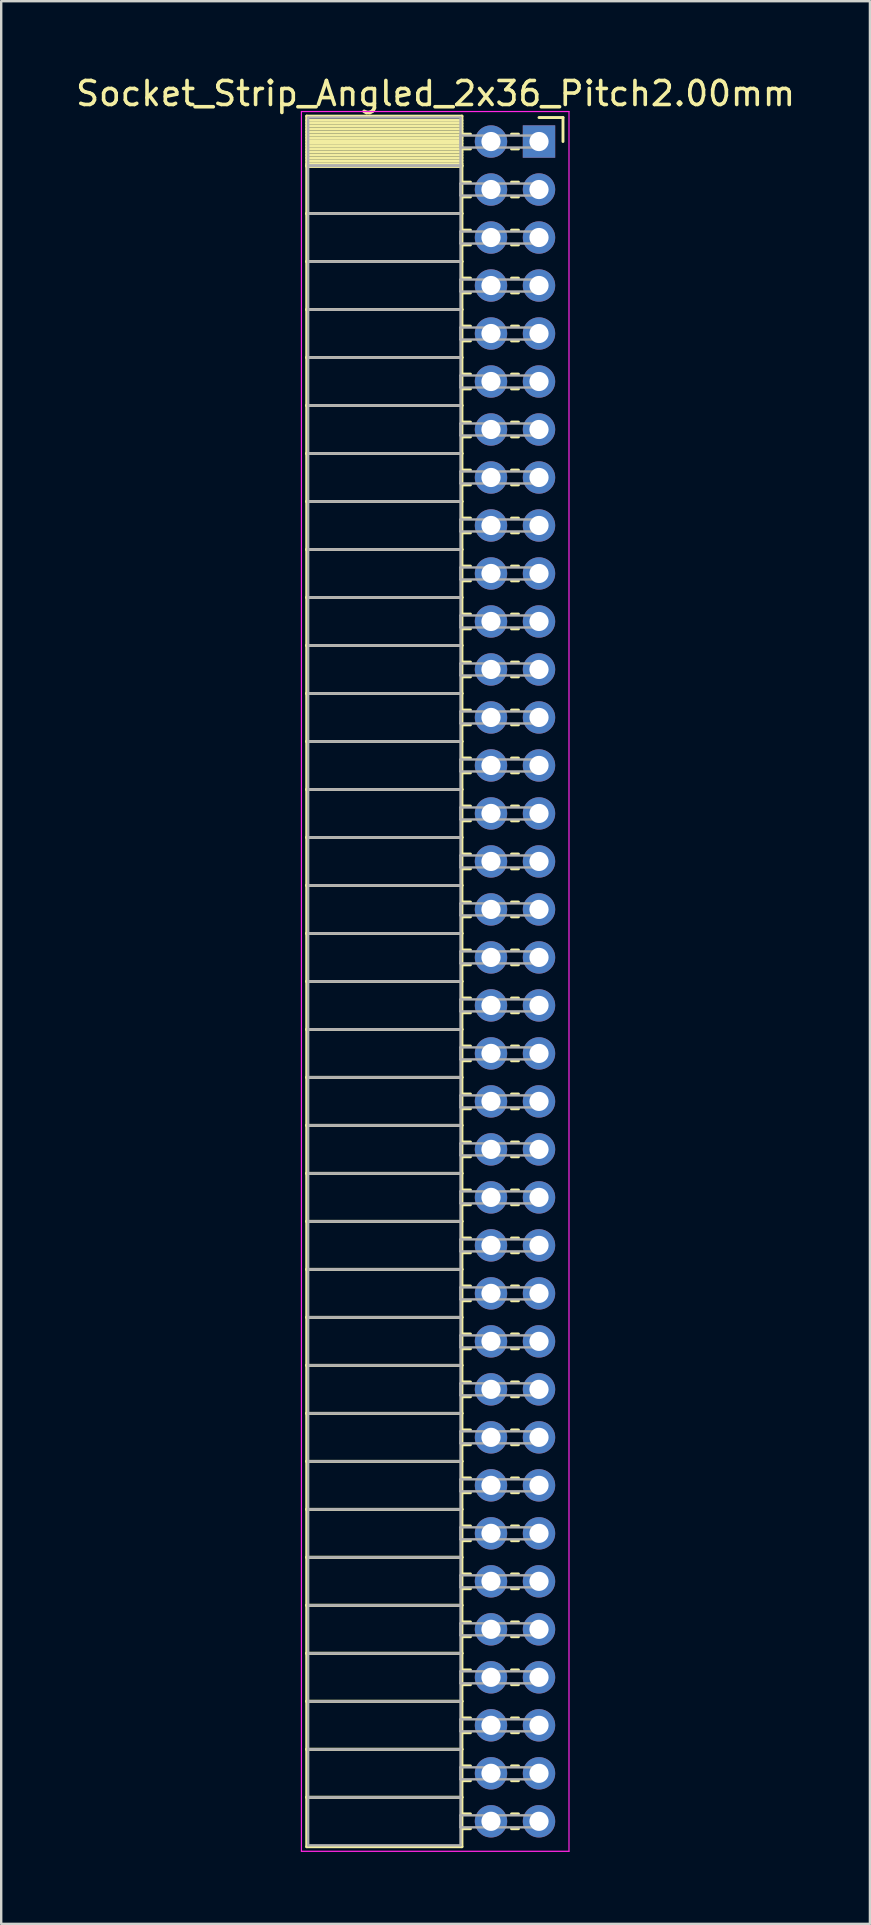
<source format=kicad_pcb>
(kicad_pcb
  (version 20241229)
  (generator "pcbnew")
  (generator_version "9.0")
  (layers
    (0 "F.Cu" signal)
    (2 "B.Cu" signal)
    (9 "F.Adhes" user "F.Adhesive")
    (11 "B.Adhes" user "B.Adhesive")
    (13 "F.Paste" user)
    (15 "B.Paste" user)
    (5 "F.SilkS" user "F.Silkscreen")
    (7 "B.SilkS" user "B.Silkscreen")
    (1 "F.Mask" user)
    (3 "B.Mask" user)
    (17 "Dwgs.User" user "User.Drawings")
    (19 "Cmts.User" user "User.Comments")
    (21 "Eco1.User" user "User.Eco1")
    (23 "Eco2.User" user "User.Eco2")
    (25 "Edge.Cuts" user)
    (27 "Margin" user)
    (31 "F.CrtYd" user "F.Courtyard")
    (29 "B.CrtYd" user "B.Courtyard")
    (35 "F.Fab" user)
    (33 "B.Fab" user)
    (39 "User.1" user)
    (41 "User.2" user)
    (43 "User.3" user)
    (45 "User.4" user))
  (footprint "Socket_Strip_Angled_2x36_Pitch2.00mm"
    (layer "F.Cu")
    (at 19.411 2.848)
    (property "Reference" "Socket_Strip_Angled_2x36_Pitch2.00mm" (at -4.31 -2 0) (layer "F.SilkS") (effects (font (size 1 1) (thickness 0.15))))
    (attr through_hole)
    (fp_line (start -9.68 -1.06) (end -3.21 -1.06) (stroke (width 0.12) (type solid)) (layer "F.SilkS"))
    (fp_line (start -9.68 1) (end -9.68 -1.06) (stroke (width 0.12) (type solid)) (layer "F.SilkS"))
    (fp_line (start -9.68 1) (end -3.21 1) (stroke (width 0.12) (type solid)) (layer "F.SilkS"))
    (fp_line (start -9.68 3) (end -9.68 1) (stroke (width 0.12) (type solid)) (layer "F.SilkS"))
    (fp_line (start -9.68 3) (end -3.21 3) (stroke (width 0.12) (type solid)) (layer "F.SilkS"))
    (fp_line (start -9.68 5) (end -9.68 3) (stroke (width 0.12) (type solid)) (layer "F.SilkS"))
    (fp_line (start -9.68 5) (end -3.21 5) (stroke (width 0.12) (type solid)) (layer "F.SilkS"))
    (fp_line (start -9.68 7) (end -9.68 5) (stroke (width 0.12) (type solid)) (layer "F.SilkS"))
    (fp_line (start -9.68 7) (end -3.21 7) (stroke (width 0.12) (type solid)) (layer "F.SilkS"))
    (fp_line (start -9.68 9) (end -9.68 7) (stroke (width 0.12) (type solid)) (layer "F.SilkS"))
    (fp_line (start -9.68 9) (end -3.21 9) (stroke (width 0.12) (type solid)) (layer "F.SilkS"))
    (fp_line (start -9.68 11) (end -9.68 9) (stroke (width 0.12) (type solid)) (layer "F.SilkS"))
    (fp_line (start -9.68 11) (end -3.21 11) (stroke (width 0.12) (type solid)) (layer "F.SilkS"))
    (fp_line (start -9.68 13) (end -9.68 11) (stroke (width 0.12) (type solid)) (layer "F.SilkS"))
    (fp_line (start -9.68 13) (end -3.21 13) (stroke (width 0.12) (type solid)) (layer "F.SilkS"))
    (fp_line (start -9.68 15) (end -9.68 13) (stroke (width 0.12) (type solid)) (layer "F.SilkS"))
    (fp_line (start -9.68 15) (end -3.21 15) (stroke (width 0.12) (type solid)) (layer "F.SilkS"))
    (fp_line (start -9.68 17) (end -9.68 15) (stroke (width 0.12) (type solid)) (layer "F.SilkS"))
    (fp_line (start -9.68 17) (end -3.21 17) (stroke (width 0.12) (type solid)) (layer "F.SilkS"))
    (fp_line (start -9.68 19) (end -9.68 17) (stroke (width 0.12) (type solid)) (layer "F.SilkS"))
    (fp_line (start -9.68 19) (end -3.21 19) (stroke (width 0.12) (type solid)) (layer "F.SilkS"))
    (fp_line (start -9.68 21) (end -9.68 19) (stroke (width 0.12) (type solid)) (layer "F.SilkS"))
    (fp_line (start -9.68 21) (end -3.21 21) (stroke (width 0.12) (type solid)) (layer "F.SilkS"))
    (fp_line (start -9.68 23) (end -9.68 21) (stroke (width 0.12) (type solid)) (layer "F.SilkS"))
    (fp_line (start -9.68 23) (end -3.21 23) (stroke (width 0.12) (type solid)) (layer "F.SilkS"))
    (fp_line (start -9.68 25) (end -9.68 23) (stroke (width 0.12) (type solid)) (layer "F.SilkS"))
    (fp_line (start -9.68 25) (end -3.21 25) (stroke (width 0.12) (type solid)) (layer "F.SilkS"))
    (fp_line (start -9.68 27) (end -9.68 25) (stroke (width 0.12) (type solid)) (layer "F.SilkS"))
    (fp_line (start -9.68 27) (end -3.21 27) (stroke (width 0.12) (type solid)) (layer "F.SilkS"))
    (fp_line (start -9.68 29) (end -9.68 27) (stroke (width 0.12) (type solid)) (layer "F.SilkS"))
    (fp_line (start -9.68 29) (end -3.21 29) (stroke (width 0.12) (type solid)) (layer "F.SilkS"))
    (fp_line (start -9.68 31) (end -9.68 29) (stroke (width 0.12) (type solid)) (layer "F.SilkS"))
    (fp_line (start -9.68 31) (end -3.21 31) (stroke (width 0.12) (type solid)) (layer "F.SilkS"))
    (fp_line (start -9.68 33) (end -9.68 31) (stroke (width 0.12) (type solid)) (layer "F.SilkS"))
    (fp_line (start -9.68 33) (end -3.21 33) (stroke (width 0.12) (type solid)) (layer "F.SilkS"))
    (fp_line (start -9.68 35) (end -9.68 33) (stroke (width 0.12) (type solid)) (layer "F.SilkS"))
    (fp_line (start -9.68 35) (end -3.21 35) (stroke (width 0.12) (type solid)) (layer "F.SilkS"))
    (fp_line (start -9.68 37) (end -9.68 35) (stroke (width 0.12) (type solid)) (layer "F.SilkS"))
    (fp_line (start -9.68 37) (end -3.21 37) (stroke (width 0.12) (type solid)) (layer "F.SilkS"))
    (fp_line (start -9.68 39) (end -9.68 37) (stroke (width 0.12) (type solid)) (layer "F.SilkS"))
    (fp_line (start -9.68 39) (end -3.21 39) (stroke (width 0.12) (type solid)) (layer "F.SilkS"))
    (fp_line (start -9.68 41) (end -9.68 39) (stroke (width 0.12) (type solid)) (layer "F.SilkS"))
    (fp_line (start -9.68 41) (end -3.21 41) (stroke (width 0.12) (type solid)) (layer "F.SilkS"))
    (fp_line (start -9.68 43) (end -9.68 41) (stroke (width 0.12) (type solid)) (layer "F.SilkS"))
    (fp_line (start -9.68 43) (end -3.21 43) (stroke (width 0.12) (type solid)) (layer "F.SilkS"))
    (fp_line (start -9.68 45) (end -9.68 43) (stroke (width 0.12) (type solid)) (layer "F.SilkS"))
    (fp_line (start -9.68 45) (end -3.21 45) (stroke (width 0.12) (type solid)) (layer "F.SilkS"))
    (fp_line (start -9.68 47) (end -9.68 45) (stroke (width 0.12) (type solid)) (layer "F.SilkS"))
    (fp_line (start -9.68 47) (end -3.21 47) (stroke (width 0.12) (type solid)) (layer "F.SilkS"))
    (fp_line (start -9.68 49) (end -9.68 47) (stroke (width 0.12) (type solid)) (layer "F.SilkS"))
    (fp_line (start -9.68 49) (end -3.21 49) (stroke (width 0.12) (type solid)) (layer "F.SilkS"))
    (fp_line (start -9.68 51) (end -9.68 49) (stroke (width 0.12) (type solid)) (layer "F.SilkS"))
    (fp_line (start -9.68 51) (end -3.21 51) (stroke (width 0.12) (type solid)) (layer "F.SilkS"))
    (fp_line (start -9.68 53) (end -9.68 51) (stroke (width 0.12) (type solid)) (layer "F.SilkS"))
    (fp_line (start -9.68 53) (end -3.21 53) (stroke (width 0.12) (type solid)) (layer "F.SilkS"))
    (fp_line (start -9.68 55) (end -9.68 53) (stroke (width 0.12) (type solid)) (layer "F.SilkS"))
    (fp_line (start -9.68 55) (end -3.21 55) (stroke (width 0.12) (type solid)) (layer "F.SilkS"))
    (fp_line (start -9.68 57) (end -9.68 55) (stroke (width 0.12) (type solid)) (layer "F.SilkS"))
    (fp_line (start -9.68 57) (end -3.21 57) (stroke (width 0.12) (type solid)) (layer "F.SilkS"))
    (fp_line (start -9.68 59) (end -9.68 57) (stroke (width 0.12) (type solid)) (layer "F.SilkS"))
    (fp_line (start -9.68 59) (end -3.21 59) (stroke (width 0.12) (type solid)) (layer "F.SilkS"))
    (fp_line (start -9.68 61) (end -9.68 59) (stroke (width 0.12) (type solid)) (layer "F.SilkS"))
    (fp_line (start -9.68 61) (end -3.21 61) (stroke (width 0.12) (type solid)) (layer "F.SilkS"))
    (fp_line (start -9.68 63) (end -9.68 61) (stroke (width 0.12) (type solid)) (layer "F.SilkS"))
    (fp_line (start -9.68 63) (end -3.21 63) (stroke (width 0.12) (type solid)) (layer "F.SilkS"))
    (fp_line (start -9.68 65) (end -9.68 63) (stroke (width 0.12) (type solid)) (layer "F.SilkS"))
    (fp_line (start -9.68 65) (end -3.21 65) (stroke (width 0.12) (type solid)) (layer "F.SilkS"))
    (fp_line (start -9.68 67) (end -9.68 65) (stroke (width 0.12) (type solid)) (layer "F.SilkS"))
    (fp_line (start -9.68 67) (end -3.21 67) (stroke (width 0.12) (type solid)) (layer "F.SilkS"))
    (fp_line (start -9.68 69) (end -9.68 67) (stroke (width 0.12) (type solid)) (layer "F.SilkS"))
    (fp_line (start -9.68 69) (end -3.21 69) (stroke (width 0.12) (type solid)) (layer "F.SilkS"))
    (fp_line (start -9.68 71.06) (end -9.68 69) (stroke (width 0.12) (type solid)) (layer "F.SilkS"))
    (fp_line (start -3.21 -1.06) (end -3.21 1) (stroke (width 0.12) (type solid)) (layer "F.SilkS"))
    (fp_line (start -3.21 -0.88) (end -9.68 -0.88) (stroke (width 0.12) (type solid)) (layer "F.SilkS"))
    (fp_line (start -3.21 -0.76) (end -9.68 -0.76) (stroke (width 0.12) (type solid)) (layer "F.SilkS"))
    (fp_line (start -3.21 -0.64) (end -9.68 -0.64) (stroke (width 0.12) (type solid)) (layer "F.SilkS"))
    (fp_line (start -3.21 -0.52) (end -9.68 -0.52) (stroke (width 0.12) (type solid)) (layer "F.SilkS"))
    (fp_line (start -3.21 -0.4) (end -9.68 -0.4) (stroke (width 0.12) (type solid)) (layer "F.SilkS"))
    (fp_line (start -3.21 -0.28) (end -9.68 -0.28) (stroke (width 0.12) (type solid)) (layer "F.SilkS"))
    (fp_line (start -3.21 -0.16) (end -9.68 -0.16) (stroke (width 0.12) (type solid)) (layer "F.SilkS"))
    (fp_line (start -3.21 -0.04) (end -9.68 -0.04) (stroke (width 0.12) (type solid)) (layer "F.SilkS"))
    (fp_line (start -3.21 0.08) (end -9.68 0.08) (stroke (width 0.12) (type solid)) (layer "F.SilkS"))
    (fp_line (start -3.21 0.2) (end -9.68 0.2) (stroke (width 0.12) (type solid)) (layer "F.SilkS"))
    (fp_line (start -3.21 0.32) (end -9.68 0.32) (stroke (width 0.12) (type solid)) (layer "F.SilkS"))
    (fp_line (start -3.21 0.44) (end -9.68 0.44) (stroke (width 0.12) (type solid)) (layer "F.SilkS"))
    (fp_line (start -3.21 0.56) (end -9.68 0.56) (stroke (width 0.12) (type solid)) (layer "F.SilkS"))
    (fp_line (start -3.21 0.68) (end -9.68 0.68) (stroke (width 0.12) (type solid)) (layer "F.SilkS"))
    (fp_line (start -3.21 0.8) (end -9.68 0.8) (stroke (width 0.12) (type solid)) (layer "F.SilkS"))
    (fp_line (start -3.21 0.92) (end -9.68 0.92) (stroke (width 0.12) (type solid)) (layer "F.SilkS"))
    (fp_line (start -3.21 1) (end -9.68 1) (stroke (width 0.12) (type solid)) (layer "F.SilkS"))
    (fp_line (start -3.21 1) (end -3.21 3) (stroke (width 0.12) (type solid)) (layer "F.SilkS"))
    (fp_line (start -3.21 1.04) (end -9.68 1.04) (stroke (width 0.12) (type solid)) (layer "F.SilkS"))
    (fp_line (start -3.21 3) (end -9.68 3) (stroke (width 0.12) (type solid)) (layer "F.SilkS"))
    (fp_line (start -3.21 3) (end -3.21 5) (stroke (width 0.12) (type solid)) (layer "F.SilkS"))
    (fp_line (start -3.21 5) (end -9.68 5) (stroke (width 0.12) (type solid)) (layer "F.SilkS"))
    (fp_line (start -3.21 5) (end -3.21 7) (stroke (width 0.12) (type solid)) (layer "F.SilkS"))
    (fp_line (start -3.21 7) (end -9.68 7) (stroke (width 0.12) (type solid)) (layer "F.SilkS"))
    (fp_line (start -3.21 7) (end -3.21 9) (stroke (width 0.12) (type solid)) (layer "F.SilkS"))
    (fp_line (start -3.21 9) (end -9.68 9) (stroke (width 0.12) (type solid)) (layer "F.SilkS"))
    (fp_line (start -3.21 9) (end -3.21 11) (stroke (width 0.12) (type solid)) (layer "F.SilkS"))
    (fp_line (start -3.21 11) (end -9.68 11) (stroke (width 0.12) (type solid)) (layer "F.SilkS"))
    (fp_line (start -3.21 11) (end -3.21 13) (stroke (width 0.12) (type solid)) (layer "F.SilkS"))
    (fp_line (start -3.21 13) (end -9.68 13) (stroke (width 0.12) (type solid)) (layer "F.SilkS"))
    (fp_line (start -3.21 13) (end -3.21 15) (stroke (width 0.12) (type solid)) (layer "F.SilkS"))
    (fp_line (start -3.21 15) (end -9.68 15) (stroke (width 0.12) (type solid)) (layer "F.SilkS"))
    (fp_line (start -3.21 15) (end -3.21 17) (stroke (width 0.12) (type solid)) (layer "F.SilkS"))
    (fp_line (start -3.21 17) (end -9.68 17) (stroke (width 0.12) (type solid)) (layer "F.SilkS"))
    (fp_line (start -3.21 17) (end -3.21 19) (stroke (width 0.12) (type solid)) (layer "F.SilkS"))
    (fp_line (start -3.21 19) (end -9.68 19) (stroke (width 0.12) (type solid)) (layer "F.SilkS"))
    (fp_line (start -3.21 19) (end -3.21 21) (stroke (width 0.12) (type solid)) (layer "F.SilkS"))
    (fp_line (start -3.21 21) (end -9.68 21) (stroke (width 0.12) (type solid)) (layer "F.SilkS"))
    (fp_line (start -3.21 21) (end -3.21 23) (stroke (width 0.12) (type solid)) (layer "F.SilkS"))
    (fp_line (start -3.21 23) (end -9.68 23) (stroke (width 0.12) (type solid)) (layer "F.SilkS"))
    (fp_line (start -3.21 23) (end -3.21 25) (stroke (width 0.12) (type solid)) (layer "F.SilkS"))
    (fp_line (start -3.21 25) (end -9.68 25) (stroke (width 0.12) (type solid)) (layer "F.SilkS"))
    (fp_line (start -3.21 25) (end -3.21 27) (stroke (width 0.12) (type solid)) (layer "F.SilkS"))
    (fp_line (start -3.21 27) (end -9.68 27) (stroke (width 0.12) (type solid)) (layer "F.SilkS"))
    (fp_line (start -3.21 27) (end -3.21 29) (stroke (width 0.12) (type solid)) (layer "F.SilkS"))
    (fp_line (start -3.21 29) (end -9.68 29) (stroke (width 0.12) (type solid)) (layer "F.SilkS"))
    (fp_line (start -3.21 29) (end -3.21 31) (stroke (width 0.12) (type solid)) (layer "F.SilkS"))
    (fp_line (start -3.21 31) (end -9.68 31) (stroke (width 0.12) (type solid)) (layer "F.SilkS"))
    (fp_line (start -3.21 31) (end -3.21 33) (stroke (width 0.12) (type solid)) (layer "F.SilkS"))
    (fp_line (start -3.21 33) (end -9.68 33) (stroke (width 0.12) (type solid)) (layer "F.SilkS"))
    (fp_line (start -3.21 33) (end -3.21 35) (stroke (width 0.12) (type solid)) (layer "F.SilkS"))
    (fp_line (start -3.21 35) (end -9.68 35) (stroke (width 0.12) (type solid)) (layer "F.SilkS"))
    (fp_line (start -3.21 35) (end -3.21 37) (stroke (width 0.12) (type solid)) (layer "F.SilkS"))
    (fp_line (start -3.21 37) (end -9.68 37) (stroke (width 0.12) (type solid)) (layer "F.SilkS"))
    (fp_line (start -3.21 37) (end -3.21 39) (stroke (width 0.12) (type solid)) (layer "F.SilkS"))
    (fp_line (start -3.21 39) (end -9.68 39) (stroke (width 0.12) (type solid)) (layer "F.SilkS"))
    (fp_line (start -3.21 39) (end -3.21 41) (stroke (width 0.12) (type solid)) (layer "F.SilkS"))
    (fp_line (start -3.21 41) (end -9.68 41) (stroke (width 0.12) (type solid)) (layer "F.SilkS"))
    (fp_line (start -3.21 41) (end -3.21 43) (stroke (width 0.12) (type solid)) (layer "F.SilkS"))
    (fp_line (start -3.21 43) (end -9.68 43) (stroke (width 0.12) (type solid)) (layer "F.SilkS"))
    (fp_line (start -3.21 43) (end -3.21 45) (stroke (width 0.12) (type solid)) (layer "F.SilkS"))
    (fp_line (start -3.21 45) (end -9.68 45) (stroke (width 0.12) (type solid)) (layer "F.SilkS"))
    (fp_line (start -3.21 45) (end -3.21 47) (stroke (width 0.12) (type solid)) (layer "F.SilkS"))
    (fp_line (start -3.21 47) (end -9.68 47) (stroke (width 0.12) (type solid)) (layer "F.SilkS"))
    (fp_line (start -3.21 47) (end -3.21 49) (stroke (width 0.12) (type solid)) (layer "F.SilkS"))
    (fp_line (start -3.21 49) (end -9.68 49) (stroke (width 0.12) (type solid)) (layer "F.SilkS"))
    (fp_line (start -3.21 49) (end -3.21 51) (stroke (width 0.12) (type solid)) (layer "F.SilkS"))
    (fp_line (start -3.21 51) (end -9.68 51) (stroke (width 0.12) (type solid)) (layer "F.SilkS"))
    (fp_line (start -3.21 51) (end -3.21 53) (stroke (width 0.12) (type solid)) (layer "F.SilkS"))
    (fp_line (start -3.21 53) (end -9.68 53) (stroke (width 0.12) (type solid)) (layer "F.SilkS"))
    (fp_line (start -3.21 53) (end -3.21 55) (stroke (width 0.12) (type solid)) (layer "F.SilkS"))
    (fp_line (start -3.21 55) (end -9.68 55) (stroke (width 0.12) (type solid)) (layer "F.SilkS"))
    (fp_line (start -3.21 55) (end -3.21 57) (stroke (width 0.12) (type solid)) (layer "F.SilkS"))
    (fp_line (start -3.21 57) (end -9.68 57) (stroke (width 0.12) (type solid)) (layer "F.SilkS"))
    (fp_line (start -3.21 57) (end -3.21 59) (stroke (width 0.12) (type solid)) (layer "F.SilkS"))
    (fp_line (start -3.21 59) (end -9.68 59) (stroke (width 0.12) (type solid)) (layer "F.SilkS"))
    (fp_line (start -3.21 59) (end -3.21 61) (stroke (width 0.12) (type solid)) (layer "F.SilkS"))
    (fp_line (start -3.21 61) (end -9.68 61) (stroke (width 0.12) (type solid)) (layer "F.SilkS"))
    (fp_line (start -3.21 61) (end -3.21 63) (stroke (width 0.12) (type solid)) (layer "F.SilkS"))
    (fp_line (start -3.21 63) (end -9.68 63) (stroke (width 0.12) (type solid)) (layer "F.SilkS"))
    (fp_line (start -3.21 63) (end -3.21 65) (stroke (width 0.12) (type solid)) (layer "F.SilkS"))
    (fp_line (start -3.21 65) (end -9.68 65) (stroke (width 0.12) (type solid)) (layer "F.SilkS"))
    (fp_line (start -3.21 65) (end -3.21 67) (stroke (width 0.12) (type solid)) (layer "F.SilkS"))
    (fp_line (start -3.21 67) (end -9.68 67) (stroke (width 0.12) (type solid)) (layer "F.SilkS"))
    (fp_line (start -3.21 67) (end -3.21 69) (stroke (width 0.12) (type solid)) (layer "F.SilkS"))
    (fp_line (start -3.21 69) (end -9.68 69) (stroke (width 0.12) (type solid)) (layer "F.SilkS"))
    (fp_line (start -3.21 69) (end -3.21 71.06) (stroke (width 0.12) (type solid)) (layer "F.SilkS"))
    (fp_line (start -3.21 71.06) (end -9.68 71.06) (stroke (width 0.12) (type solid)) (layer "F.SilkS"))
    (fp_line (start -2.855 -0.31) (end -3.21 -0.31) (stroke (width 0.12) (type solid)) (layer "F.SilkS"))
    (fp_line (start -2.855 0.31) (end -3.21 0.31) (stroke (width 0.12) (type solid)) (layer "F.SilkS"))
    (fp_line (start -2.855 1.69) (end -3.21 1.69) (stroke (width 0.12) (type solid)) (layer "F.SilkS"))
    (fp_line (start -2.855 2.31) (end -3.21 2.31) (stroke (width 0.12) (type solid)) (layer "F.SilkS"))
    (fp_line (start -2.855 3.69) (end -3.21 3.69) (stroke (width 0.12) (type solid)) (layer "F.SilkS"))
    (fp_line (start -2.855 4.31) (end -3.21 4.31) (stroke (width 0.12) (type solid)) (layer "F.SilkS"))
    (fp_line (start -2.855 5.69) (end -3.21 5.69) (stroke (width 0.12) (type solid)) (layer "F.SilkS"))
    (fp_line (start -2.855 6.31) (end -3.21 6.31) (stroke (width 0.12) (type solid)) (layer "F.SilkS"))
    (fp_line (start -2.855 7.69) (end -3.21 7.69) (stroke (width 0.12) (type solid)) (layer "F.SilkS"))
    (fp_line (start -2.855 8.31) (end -3.21 8.31) (stroke (width 0.12) (type solid)) (layer "F.SilkS"))
    (fp_line (start -2.855 9.69) (end -3.21 9.69) (stroke (width 0.12) (type solid)) (layer "F.SilkS"))
    (fp_line (start -2.855 10.31) (end -3.21 10.31) (stroke (width 0.12) (type solid)) (layer "F.SilkS"))
    (fp_line (start -2.855 11.69) (end -3.21 11.69) (stroke (width 0.12) (type solid)) (layer "F.SilkS"))
    (fp_line (start -2.855 12.31) (end -3.21 12.31) (stroke (width 0.12) (type solid)) (layer "F.SilkS"))
    (fp_line (start -2.855 13.69) (end -3.21 13.69) (stroke (width 0.12) (type solid)) (layer "F.SilkS"))
    (fp_line (start -2.855 14.31) (end -3.21 14.31) (stroke (width 0.12) (type solid)) (layer "F.SilkS"))
    (fp_line (start -2.855 15.69) (end -3.21 15.69) (stroke (width 0.12) (type solid)) (layer "F.SilkS"))
    (fp_line (start -2.855 16.31) (end -3.21 16.31) (stroke (width 0.12) (type solid)) (layer "F.SilkS"))
    (fp_line (start -2.855 17.69) (end -3.21 17.69) (stroke (width 0.12) (type solid)) (layer "F.SilkS"))
    (fp_line (start -2.855 18.31) (end -3.21 18.31) (stroke (width 0.12) (type solid)) (layer "F.SilkS"))
    (fp_line (start -2.855 19.69) (end -3.21 19.69) (stroke (width 0.12) (type solid)) (layer "F.SilkS"))
    (fp_line (start -2.855 20.31) (end -3.21 20.31) (stroke (width 0.12) (type solid)) (layer "F.SilkS"))
    (fp_line (start -2.855 21.69) (end -3.21 21.69) (stroke (width 0.12) (type solid)) (layer "F.SilkS"))
    (fp_line (start -2.855 22.31) (end -3.21 22.31) (stroke (width 0.12) (type solid)) (layer "F.SilkS"))
    (fp_line (start -2.855 23.69) (end -3.21 23.69) (stroke (width 0.12) (type solid)) (layer "F.SilkS"))
    (fp_line (start -2.855 24.31) (end -3.21 24.31) (stroke (width 0.12) (type solid)) (layer "F.SilkS"))
    (fp_line (start -2.855 25.69) (end -3.21 25.69) (stroke (width 0.12) (type solid)) (layer "F.SilkS"))
    (fp_line (start -2.855 26.31) (end -3.21 26.31) (stroke (width 0.12) (type solid)) (layer "F.SilkS"))
    (fp_line (start -2.855 27.69) (end -3.21 27.69) (stroke (width 0.12) (type solid)) (layer "F.SilkS"))
    (fp_line (start -2.855 28.31) (end -3.21 28.31) (stroke (width 0.12) (type solid)) (layer "F.SilkS"))
    (fp_line (start -2.855 29.69) (end -3.21 29.69) (stroke (width 0.12) (type solid)) (layer "F.SilkS"))
    (fp_line (start -2.855 30.31) (end -3.21 30.31) (stroke (width 0.12) (type solid)) (layer "F.SilkS"))
    (fp_line (start -2.855 31.69) (end -3.21 31.69) (stroke (width 0.12) (type solid)) (layer "F.SilkS"))
    (fp_line (start -2.855 32.31) (end -3.21 32.31) (stroke (width 0.12) (type solid)) (layer "F.SilkS"))
    (fp_line (start -2.855 33.69) (end -3.21 33.69) (stroke (width 0.12) (type solid)) (layer "F.SilkS"))
    (fp_line (start -2.855 34.31) (end -3.21 34.31) (stroke (width 0.12) (type solid)) (layer "F.SilkS"))
    (fp_line (start -2.855 35.69) (end -3.21 35.69) (stroke (width 0.12) (type solid)) (layer "F.SilkS"))
    (fp_line (start -2.855 36.31) (end -3.21 36.31) (stroke (width 0.12) (type solid)) (layer "F.SilkS"))
    (fp_line (start -2.855 37.69) (end -3.21 37.69) (stroke (width 0.12) (type solid)) (layer "F.SilkS"))
    (fp_line (start -2.855 38.31) (end -3.21 38.31) (stroke (width 0.12) (type solid)) (layer "F.SilkS"))
    (fp_line (start -2.855 39.69) (end -3.21 39.69) (stroke (width 0.12) (type solid)) (layer "F.SilkS"))
    (fp_line (start -2.855 40.31) (end -3.21 40.31) (stroke (width 0.12) (type solid)) (layer "F.SilkS"))
    (fp_line (start -2.855 41.69) (end -3.21 41.69) (stroke (width 0.12) (type solid)) (layer "F.SilkS"))
    (fp_line (start -2.855 42.31) (end -3.21 42.31) (stroke (width 0.12) (type solid)) (layer "F.SilkS"))
    (fp_line (start -2.855 43.69) (end -3.21 43.69) (stroke (width 0.12) (type solid)) (layer "F.SilkS"))
    (fp_line (start -2.855 44.31) (end -3.21 44.31) (stroke (width 0.12) (type solid)) (layer "F.SilkS"))
    (fp_line (start -2.855 45.69) (end -3.21 45.69) (stroke (width 0.12) (type solid)) (layer "F.SilkS"))
    (fp_line (start -2.855 46.31) (end -3.21 46.31) (stroke (width 0.12) (type solid)) (layer "F.SilkS"))
    (fp_line (start -2.855 47.69) (end -3.21 47.69) (stroke (width 0.12) (type solid)) (layer "F.SilkS"))
    (fp_line (start -2.855 48.31) (end -3.21 48.31) (stroke (width 0.12) (type solid)) (layer "F.SilkS"))
    (fp_line (start -2.855 49.69) (end -3.21 49.69) (stroke (width 0.12) (type solid)) (layer "F.SilkS"))
    (fp_line (start -2.855 50.31) (end -3.21 50.31) (stroke (width 0.12) (type solid)) (layer "F.SilkS"))
    (fp_line (start -2.855 51.69) (end -3.21 51.69) (stroke (width 0.12) (type solid)) (layer "F.SilkS"))
    (fp_line (start -2.855 52.31) (end -3.21 52.31) (stroke (width 0.12) (type solid)) (layer "F.SilkS"))
    (fp_line (start -2.855 53.69) (end -3.21 53.69) (stroke (width 0.12) (type solid)) (layer "F.SilkS"))
    (fp_line (start -2.855 54.31) (end -3.21 54.31) (stroke (width 0.12) (type solid)) (layer "F.SilkS"))
    (fp_line (start -2.855 55.69) (end -3.21 55.69) (stroke (width 0.12) (type solid)) (layer "F.SilkS"))
    (fp_line (start -2.855 56.31) (end -3.21 56.31) (stroke (width 0.12) (type solid)) (layer "F.SilkS"))
    (fp_line (start -2.855 57.69) (end -3.21 57.69) (stroke (width 0.12) (type solid)) (layer "F.SilkS"))
    (fp_line (start -2.855 58.31) (end -3.21 58.31) (stroke (width 0.12) (type solid)) (layer "F.SilkS"))
    (fp_line (start -2.855 59.69) (end -3.21 59.69) (stroke (width 0.12) (type solid)) (layer "F.SilkS"))
    (fp_line (start -2.855 60.31) (end -3.21 60.31) (stroke (width 0.12) (type solid)) (layer "F.SilkS"))
    (fp_line (start -2.855 61.69) (end -3.21 61.69) (stroke (width 0.12) (type solid)) (layer "F.SilkS"))
    (fp_line (start -2.855 62.31) (end -3.21 62.31) (stroke (width 0.12) (type solid)) (layer "F.SilkS"))
    (fp_line (start -2.855 63.69) (end -3.21 63.69) (stroke (width 0.12) (type solid)) (layer "F.SilkS"))
    (fp_line (start -2.855 64.31) (end -3.21 64.31) (stroke (width 0.12) (type solid)) (layer "F.SilkS"))
    (fp_line (start -2.855 65.69) (end -3.21 65.69) (stroke (width 0.12) (type solid)) (layer "F.SilkS"))
    (fp_line (start -2.855 66.31) (end -3.21 66.31) (stroke (width 0.12) (type solid)) (layer "F.SilkS"))
    (fp_line (start -2.855 67.69) (end -3.21 67.69) (stroke (width 0.12) (type solid)) (layer "F.SilkS"))
    (fp_line (start -2.855 68.31) (end -3.21 68.31) (stroke (width 0.12) (type solid)) (layer "F.SilkS"))
    (fp_line (start -2.855 69.69) (end -3.21 69.69) (stroke (width 0.12) (type solid)) (layer "F.SilkS"))
    (fp_line (start -2.855 70.31) (end -3.21 70.31) (stroke (width 0.12) (type solid)) (layer "F.SilkS"))
    (fp_line (start -0.855 -0.31) (end -1.145 -0.31) (stroke (width 0.12) (type solid)) (layer "F.SilkS"))
    (fp_line (start -0.855 0.31) (end -1.145 0.31) (stroke (width 0.12) (type solid)) (layer "F.SilkS"))
    (fp_line (start -0.855 1.69) (end -1.145 1.69) (stroke (width 0.12) (type solid)) (layer "F.SilkS"))
    (fp_line (start -0.855 2.31) (end -1.145 2.31) (stroke (width 0.12) (type solid)) (layer "F.SilkS"))
    (fp_line (start -0.855 3.69) (end -1.145 3.69) (stroke (width 0.12) (type solid)) (layer "F.SilkS"))
    (fp_line (start -0.855 4.31) (end -1.145 4.31) (stroke (width 0.12) (type solid)) (layer "F.SilkS"))
    (fp_line (start -0.855 5.69) (end -1.145 5.69) (stroke (width 0.12) (type solid)) (layer "F.SilkS"))
    (fp_line (start -0.855 6.31) (end -1.145 6.31) (stroke (width 0.12) (type solid)) (layer "F.SilkS"))
    (fp_line (start -0.855 7.69) (end -1.145 7.69) (stroke (width 0.12) (type solid)) (layer "F.SilkS"))
    (fp_line (start -0.855 8.31) (end -1.145 8.31) (stroke (width 0.12) (type solid)) (layer "F.SilkS"))
    (fp_line (start -0.855 9.69) (end -1.145 9.69) (stroke (width 0.12) (type solid)) (layer "F.SilkS"))
    (fp_line (start -0.855 10.31) (end -1.145 10.31) (stroke (width 0.12) (type solid)) (layer "F.SilkS"))
    (fp_line (start -0.855 11.69) (end -1.145 11.69) (stroke (width 0.12) (type solid)) (layer "F.SilkS"))
    (fp_line (start -0.855 12.31) (end -1.145 12.31) (stroke (width 0.12) (type solid)) (layer "F.SilkS"))
    (fp_line (start -0.855 13.69) (end -1.145 13.69) (stroke (width 0.12) (type solid)) (layer "F.SilkS"))
    (fp_line (start -0.855 14.31) (end -1.145 14.31) (stroke (width 0.12) (type solid)) (layer "F.SilkS"))
    (fp_line (start -0.855 15.69) (end -1.145 15.69) (stroke (width 0.12) (type solid)) (layer "F.SilkS"))
    (fp_line (start -0.855 16.31) (end -1.145 16.31) (stroke (width 0.12) (type solid)) (layer "F.SilkS"))
    (fp_line (start -0.855 17.69) (end -1.145 17.69) (stroke (width 0.12) (type solid)) (layer "F.SilkS"))
    (fp_line (start -0.855 18.31) (end -1.145 18.31) (stroke (width 0.12) (type solid)) (layer "F.SilkS"))
    (fp_line (start -0.855 19.69) (end -1.145 19.69) (stroke (width 0.12) (type solid)) (layer "F.SilkS"))
    (fp_line (start -0.855 20.31) (end -1.145 20.31) (stroke (width 0.12) (type solid)) (layer "F.SilkS"))
    (fp_line (start -0.855 21.69) (end -1.145 21.69) (stroke (width 0.12) (type solid)) (layer "F.SilkS"))
    (fp_line (start -0.855 22.31) (end -1.145 22.31) (stroke (width 0.12) (type solid)) (layer "F.SilkS"))
    (fp_line (start -0.855 23.69) (end -1.145 23.69) (stroke (width 0.12) (type solid)) (layer "F.SilkS"))
    (fp_line (start -0.855 24.31) (end -1.145 24.31) (stroke (width 0.12) (type solid)) (layer "F.SilkS"))
    (fp_line (start -0.855 25.69) (end -1.145 25.69) (stroke (width 0.12) (type solid)) (layer "F.SilkS"))
    (fp_line (start -0.855 26.31) (end -1.145 26.31) (stroke (width 0.12) (type solid)) (layer "F.SilkS"))
    (fp_line (start -0.855 27.69) (end -1.145 27.69) (stroke (width 0.12) (type solid)) (layer "F.SilkS"))
    (fp_line (start -0.855 28.31) (end -1.145 28.31) (stroke (width 0.12) (type solid)) (layer "F.SilkS"))
    (fp_line (start -0.855 29.69) (end -1.145 29.69) (stroke (width 0.12) (type solid)) (layer "F.SilkS"))
    (fp_line (start -0.855 30.31) (end -1.145 30.31) (stroke (width 0.12) (type solid)) (layer "F.SilkS"))
    (fp_line (start -0.855 31.69) (end -1.145 31.69) (stroke (width 0.12) (type solid)) (layer "F.SilkS"))
    (fp_line (start -0.855 32.31) (end -1.145 32.31) (stroke (width 0.12) (type solid)) (layer "F.SilkS"))
    (fp_line (start -0.855 33.69) (end -1.145 33.69) (stroke (width 0.12) (type solid)) (layer "F.SilkS"))
    (fp_line (start -0.855 34.31) (end -1.145 34.31) (stroke (width 0.12) (type solid)) (layer "F.SilkS"))
    (fp_line (start -0.855 35.69) (end -1.145 35.69) (stroke (width 0.12) (type solid)) (layer "F.SilkS"))
    (fp_line (start -0.855 36.31) (end -1.145 36.31) (stroke (width 0.12) (type solid)) (layer "F.SilkS"))
    (fp_line (start -0.855 37.69) (end -1.145 37.69) (stroke (width 0.12) (type solid)) (layer "F.SilkS"))
    (fp_line (start -0.855 38.31) (end -1.145 38.31) (stroke (width 0.12) (type solid)) (layer "F.SilkS"))
    (fp_line (start -0.855 39.69) (end -1.145 39.69) (stroke (width 0.12) (type solid)) (layer "F.SilkS"))
    (fp_line (start -0.855 40.31) (end -1.145 40.31) (stroke (width 0.12) (type solid)) (layer "F.SilkS"))
    (fp_line (start -0.855 41.69) (end -1.145 41.69) (stroke (width 0.12) (type solid)) (layer "F.SilkS"))
    (fp_line (start -0.855 42.31) (end -1.145 42.31) (stroke (width 0.12) (type solid)) (layer "F.SilkS"))
    (fp_line (start -0.855 43.69) (end -1.145 43.69) (stroke (width 0.12) (type solid)) (layer "F.SilkS"))
    (fp_line (start -0.855 44.31) (end -1.145 44.31) (stroke (width 0.12) (type solid)) (layer "F.SilkS"))
    (fp_line (start -0.855 45.69) (end -1.145 45.69) (stroke (width 0.12) (type solid)) (layer "F.SilkS"))
    (fp_line (start -0.855 46.31) (end -1.145 46.31) (stroke (width 0.12) (type solid)) (layer "F.SilkS"))
    (fp_line (start -0.855 47.69) (end -1.145 47.69) (stroke (width 0.12) (type solid)) (layer "F.SilkS"))
    (fp_line (start -0.855 48.31) (end -1.145 48.31) (stroke (width 0.12) (type solid)) (layer "F.SilkS"))
    (fp_line (start -0.855 49.69) (end -1.145 49.69) (stroke (width 0.12) (type solid)) (layer "F.SilkS"))
    (fp_line (start -0.855 50.31) (end -1.145 50.31) (stroke (width 0.12) (type solid)) (layer "F.SilkS"))
    (fp_line (start -0.855 51.69) (end -1.145 51.69) (stroke (width 0.12) (type solid)) (layer "F.SilkS"))
    (fp_line (start -0.855 52.31) (end -1.145 52.31) (stroke (width 0.12) (type solid)) (layer "F.SilkS"))
    (fp_line (start -0.855 53.69) (end -1.145 53.69) (stroke (width 0.12) (type solid)) (layer "F.SilkS"))
    (fp_line (start -0.855 54.31) (end -1.145 54.31) (stroke (width 0.12) (type solid)) (layer "F.SilkS"))
    (fp_line (start -0.855 55.69) (end -1.145 55.69) (stroke (width 0.12) (type solid)) (layer "F.SilkS"))
    (fp_line (start -0.855 56.31) (end -1.145 56.31) (stroke (width 0.12) (type solid)) (layer "F.SilkS"))
    (fp_line (start -0.855 57.69) (end -1.145 57.69) (stroke (width 0.12) (type solid)) (layer "F.SilkS"))
    (fp_line (start -0.855 58.31) (end -1.145 58.31) (stroke (width 0.12) (type solid)) (layer "F.SilkS"))
    (fp_line (start -0.855 59.69) (end -1.145 59.69) (stroke (width 0.12) (type solid)) (layer "F.SilkS"))
    (fp_line (start -0.855 60.31) (end -1.145 60.31) (stroke (width 0.12) (type solid)) (layer "F.SilkS"))
    (fp_line (start -0.855 61.69) (end -1.145 61.69) (stroke (width 0.12) (type solid)) (layer "F.SilkS"))
    (fp_line (start -0.855 62.31) (end -1.145 62.31) (stroke (width 0.12) (type solid)) (layer "F.SilkS"))
    (fp_line (start -0.855 63.69) (end -1.145 63.69) (stroke (width 0.12) (type solid)) (layer "F.SilkS"))
    (fp_line (start -0.855 64.31) (end -1.145 64.31) (stroke (width 0.12) (type solid)) (layer "F.SilkS"))
    (fp_line (start -0.855 65.69) (end -1.145 65.69) (stroke (width 0.12) (type solid)) (layer "F.SilkS"))
    (fp_line (start -0.855 66.31) (end -1.145 66.31) (stroke (width 0.12) (type solid)) (layer "F.SilkS"))
    (fp_line (start -0.855 67.69) (end -1.145 67.69) (stroke (width 0.12) (type solid)) (layer "F.SilkS"))
    (fp_line (start -0.855 68.31) (end -1.145 68.31) (stroke (width 0.12) (type solid)) (layer "F.SilkS"))
    (fp_line (start -0.855 69.69) (end -1.145 69.69) (stroke (width 0.12) (type solid)) (layer "F.SilkS"))
    (fp_line (start -0.855 70.31) (end -1.145 70.31) (stroke (width 0.12) (type solid)) (layer "F.SilkS"))
    (fp_line (start 0 -1) (end 1 -1) (stroke (width 0.12) (type solid)) (layer "F.SilkS"))
    (fp_line (start 1 -1) (end 1 0) (stroke (width 0.12) (type solid)) (layer "F.SilkS"))
    (fp_line (start -9.9 -1.25) (end 1.25 -1.25) (stroke (width 0.05) (type solid)) (layer "F.CrtYd"))
    (fp_line (start -9.9 71.25) (end -9.9 -1.25) (stroke (width 0.05) (type solid)) (layer "F.CrtYd"))
    (fp_line (start 1.25 -1.25) (end 1.25 71.25) (stroke (width 0.05) (type solid)) (layer "F.CrtYd"))
    (fp_line (start 1.25 71.25) (end -9.9 71.25) (stroke (width 0.05) (type solid)) (layer "F.CrtYd"))
    (fp_line (start -9.62 -1) (end -3.27 -1) (stroke (width 0.1) (type solid)) (layer "F.Fab"))
    (fp_line (start -9.62 1) (end -9.62 -1) (stroke (width 0.1) (type solid)) (layer "F.Fab"))
    (fp_line (start -9.62 1) (end -3.27 1) (stroke (width 0.1) (type solid)) (layer "F.Fab"))
    (fp_line (start -9.62 3) (end -9.62 1) (stroke (width 0.1) (type solid)) (layer "F.Fab"))
    (fp_line (start -9.62 3) (end -3.27 3) (stroke (width 0.1) (type solid)) (layer "F.Fab"))
    (fp_line (start -9.62 5) (end -9.62 3) (stroke (width 0.1) (type solid)) (layer "F.Fab"))
    (fp_line (start -9.62 5) (end -3.27 5) (stroke (width 0.1) (type solid)) (layer "F.Fab"))
    (fp_line (start -9.62 7) (end -9.62 5) (stroke (width 0.1) (type solid)) (layer "F.Fab"))
    (fp_line (start -9.62 7) (end -3.27 7) (stroke (width 0.1) (type solid)) (layer "F.Fab"))
    (fp_line (start -9.62 9) (end -9.62 7) (stroke (width 0.1) (type solid)) (layer "F.Fab"))
    (fp_line (start -9.62 9) (end -3.27 9) (stroke (width 0.1) (type solid)) (layer "F.Fab"))
    (fp_line (start -9.62 11) (end -9.62 9) (stroke (width 0.1) (type solid)) (layer "F.Fab"))
    (fp_line (start -9.62 11) (end -3.27 11) (stroke (width 0.1) (type solid)) (layer "F.Fab"))
    (fp_line (start -9.62 13) (end -9.62 11) (stroke (width 0.1) (type solid)) (layer "F.Fab"))
    (fp_line (start -9.62 13) (end -3.27 13) (stroke (width 0.1) (type solid)) (layer "F.Fab"))
    (fp_line (start -9.62 15) (end -9.62 13) (stroke (width 0.1) (type solid)) (layer "F.Fab"))
    (fp_line (start -9.62 15) (end -3.27 15) (stroke (width 0.1) (type solid)) (layer "F.Fab"))
    (fp_line (start -9.62 17) (end -9.62 15) (stroke (width 0.1) (type solid)) (layer "F.Fab"))
    (fp_line (start -9.62 17) (end -3.27 17) (stroke (width 0.1) (type solid)) (layer "F.Fab"))
    (fp_line (start -9.62 19) (end -9.62 17) (stroke (width 0.1) (type solid)) (layer "F.Fab"))
    (fp_line (start -9.62 19) (end -3.27 19) (stroke (width 0.1) (type solid)) (layer "F.Fab"))
    (fp_line (start -9.62 21) (end -9.62 19) (stroke (width 0.1) (type solid)) (layer "F.Fab"))
    (fp_line (start -9.62 21) (end -3.27 21) (stroke (width 0.1) (type solid)) (layer "F.Fab"))
    (fp_line (start -9.62 23) (end -9.62 21) (stroke (width 0.1) (type solid)) (layer "F.Fab"))
    (fp_line (start -9.62 23) (end -3.27 23) (stroke (width 0.1) (type solid)) (layer "F.Fab"))
    (fp_line (start -9.62 25) (end -9.62 23) (stroke (width 0.1) (type solid)) (layer "F.Fab"))
    (fp_line (start -9.62 25) (end -3.27 25) (stroke (width 0.1) (type solid)) (layer "F.Fab"))
    (fp_line (start -9.62 27) (end -9.62 25) (stroke (width 0.1) (type solid)) (layer "F.Fab"))
    (fp_line (start -9.62 27) (end -3.27 27) (stroke (width 0.1) (type solid)) (layer "F.Fab"))
    (fp_line (start -9.62 29) (end -9.62 27) (stroke (width 0.1) (type solid)) (layer "F.Fab"))
    (fp_line (start -9.62 29) (end -3.27 29) (stroke (width 0.1) (type solid)) (layer "F.Fab"))
    (fp_line (start -9.62 31) (end -9.62 29) (stroke (width 0.1) (type solid)) (layer "F.Fab"))
    (fp_line (start -9.62 31) (end -3.27 31) (stroke (width 0.1) (type solid)) (layer "F.Fab"))
    (fp_line (start -9.62 33) (end -9.62 31) (stroke (width 0.1) (type solid)) (layer "F.Fab"))
    (fp_line (start -9.62 33) (end -3.27 33) (stroke (width 0.1) (type solid)) (layer "F.Fab"))
    (fp_line (start -9.62 35) (end -9.62 33) (stroke (width 0.1) (type solid)) (layer "F.Fab"))
    (fp_line (start -9.62 35) (end -3.27 35) (stroke (width 0.1) (type solid)) (layer "F.Fab"))
    (fp_line (start -9.62 37) (end -9.62 35) (stroke (width 0.1) (type solid)) (layer "F.Fab"))
    (fp_line (start -9.62 37) (end -3.27 37) (stroke (width 0.1) (type solid)) (layer "F.Fab"))
    (fp_line (start -9.62 39) (end -9.62 37) (stroke (width 0.1) (type solid)) (layer "F.Fab"))
    (fp_line (start -9.62 39) (end -3.27 39) (stroke (width 0.1) (type solid)) (layer "F.Fab"))
    (fp_line (start -9.62 41) (end -9.62 39) (stroke (width 0.1) (type solid)) (layer "F.Fab"))
    (fp_line (start -9.62 41) (end -3.27 41) (stroke (width 0.1) (type solid)) (layer "F.Fab"))
    (fp_line (start -9.62 43) (end -9.62 41) (stroke (width 0.1) (type solid)) (layer "F.Fab"))
    (fp_line (start -9.62 43) (end -3.27 43) (stroke (width 0.1) (type solid)) (layer "F.Fab"))
    (fp_line (start -9.62 45) (end -9.62 43) (stroke (width 0.1) (type solid)) (layer "F.Fab"))
    (fp_line (start -9.62 45) (end -3.27 45) (stroke (width 0.1) (type solid)) (layer "F.Fab"))
    (fp_line (start -9.62 47) (end -9.62 45) (stroke (width 0.1) (type solid)) (layer "F.Fab"))
    (fp_line (start -9.62 47) (end -3.27 47) (stroke (width 0.1) (type solid)) (layer "F.Fab"))
    (fp_line (start -9.62 49) (end -9.62 47) (stroke (width 0.1) (type solid)) (layer "F.Fab"))
    (fp_line (start -9.62 49) (end -3.27 49) (stroke (width 0.1) (type solid)) (layer "F.Fab"))
    (fp_line (start -9.62 51) (end -9.62 49) (stroke (width 0.1) (type solid)) (layer "F.Fab"))
    (fp_line (start -9.62 51) (end -3.27 51) (stroke (width 0.1) (type solid)) (layer "F.Fab"))
    (fp_line (start -9.62 53) (end -9.62 51) (stroke (width 0.1) (type solid)) (layer "F.Fab"))
    (fp_line (start -9.62 53) (end -3.27 53) (stroke (width 0.1) (type solid)) (layer "F.Fab"))
    (fp_line (start -9.62 55) (end -9.62 53) (stroke (width 0.1) (type solid)) (layer "F.Fab"))
    (fp_line (start -9.62 55) (end -3.27 55) (stroke (width 0.1) (type solid)) (layer "F.Fab"))
    (fp_line (start -9.62 57) (end -9.62 55) (stroke (width 0.1) (type solid)) (layer "F.Fab"))
    (fp_line (start -9.62 57) (end -3.27 57) (stroke (width 0.1) (type solid)) (layer "F.Fab"))
    (fp_line (start -9.62 59) (end -9.62 57) (stroke (width 0.1) (type solid)) (layer "F.Fab"))
    (fp_line (start -9.62 59) (end -3.27 59) (stroke (width 0.1) (type solid)) (layer "F.Fab"))
    (fp_line (start -9.62 61) (end -9.62 59) (stroke (width 0.1) (type solid)) (layer "F.Fab"))
    (fp_line (start -9.62 61) (end -3.27 61) (stroke (width 0.1) (type solid)) (layer "F.Fab"))
    (fp_line (start -9.62 63) (end -9.62 61) (stroke (width 0.1) (type solid)) (layer "F.Fab"))
    (fp_line (start -9.62 63) (end -3.27 63) (stroke (width 0.1) (type solid)) (layer "F.Fab"))
    (fp_line (start -9.62 65) (end -9.62 63) (stroke (width 0.1) (type solid)) (layer "F.Fab"))
    (fp_line (start -9.62 65) (end -3.27 65) (stroke (width 0.1) (type solid)) (layer "F.Fab"))
    (fp_line (start -9.62 67) (end -9.62 65) (stroke (width 0.1) (type solid)) (layer "F.Fab"))
    (fp_line (start -9.62 67) (end -3.27 67) (stroke (width 0.1) (type solid)) (layer "F.Fab"))
    (fp_line (start -9.62 69) (end -9.62 67) (stroke (width 0.1) (type solid)) (layer "F.Fab"))
    (fp_line (start -9.62 69) (end -3.27 69) (stroke (width 0.1) (type solid)) (layer "F.Fab"))
    (fp_line (start -9.62 71) (end -9.62 69) (stroke (width 0.1) (type solid)) (layer "F.Fab"))
    (fp_line (start -3.27 -1) (end -3.27 1) (stroke (width 0.1) (type solid)) (layer "F.Fab"))
    (fp_line (start -3.27 -0.25) (end 0 -0.25) (stroke (width 0.1) (type solid)) (layer "F.Fab"))
    (fp_line (start -3.27 0.25) (end -3.27 -0.25) (stroke (width 0.1) (type solid)) (layer "F.Fab"))
    (fp_line (start -3.27 1) (end -9.62 1) (stroke (width 0.1) (type solid)) (layer "F.Fab"))
    (fp_line (start -3.27 1) (end -3.27 3) (stroke (width 0.1) (type solid)) (layer "F.Fab"))
    (fp_line (start -3.27 1.75) (end 0 1.75) (stroke (width 0.1) (type solid)) (layer "F.Fab"))
    (fp_line (start -3.27 2.25) (end -3.27 1.75) (stroke (width 0.1) (type solid)) (layer "F.Fab"))
    (fp_line (start -3.27 3) (end -9.62 3) (stroke (width 0.1) (type solid)) (layer "F.Fab"))
    (fp_line (start -3.27 3) (end -3.27 5) (stroke (width 0.1) (type solid)) (layer "F.Fab"))
    (fp_line (start -3.27 3.75) (end 0 3.75) (stroke (width 0.1) (type solid)) (layer "F.Fab"))
    (fp_line (start -3.27 4.25) (end -3.27 3.75) (stroke (width 0.1) (type solid)) (layer "F.Fab"))
    (fp_line (start -3.27 5) (end -9.62 5) (stroke (width 0.1) (type solid)) (layer "F.Fab"))
    (fp_line (start -3.27 5) (end -3.27 7) (stroke (width 0.1) (type solid)) (layer "F.Fab"))
    (fp_line (start -3.27 5.75) (end 0 5.75) (stroke (width 0.1) (type solid)) (layer "F.Fab"))
    (fp_line (start -3.27 6.25) (end -3.27 5.75) (stroke (width 0.1) (type solid)) (layer "F.Fab"))
    (fp_line (start -3.27 7) (end -9.62 7) (stroke (width 0.1) (type solid)) (layer "F.Fab"))
    (fp_line (start -3.27 7) (end -3.27 9) (stroke (width 0.1) (type solid)) (layer "F.Fab"))
    (fp_line (start -3.27 7.75) (end 0 7.75) (stroke (width 0.1) (type solid)) (layer "F.Fab"))
    (fp_line (start -3.27 8.25) (end -3.27 7.75) (stroke (width 0.1) (type solid)) (layer "F.Fab"))
    (fp_line (start -3.27 9) (end -9.62 9) (stroke (width 0.1) (type solid)) (layer "F.Fab"))
    (fp_line (start -3.27 9) (end -3.27 11) (stroke (width 0.1) (type solid)) (layer "F.Fab"))
    (fp_line (start -3.27 9.75) (end 0 9.75) (stroke (width 0.1) (type solid)) (layer "F.Fab"))
    (fp_line (start -3.27 10.25) (end -3.27 9.75) (stroke (width 0.1) (type solid)) (layer "F.Fab"))
    (fp_line (start -3.27 11) (end -9.62 11) (stroke (width 0.1) (type solid)) (layer "F.Fab"))
    (fp_line (start -3.27 11) (end -3.27 13) (stroke (width 0.1) (type solid)) (layer "F.Fab"))
    (fp_line (start -3.27 11.75) (end 0 11.75) (stroke (width 0.1) (type solid)) (layer "F.Fab"))
    (fp_line (start -3.27 12.25) (end -3.27 11.75) (stroke (width 0.1) (type solid)) (layer "F.Fab"))
    (fp_line (start -3.27 13) (end -9.62 13) (stroke (width 0.1) (type solid)) (layer "F.Fab"))
    (fp_line (start -3.27 13) (end -3.27 15) (stroke (width 0.1) (type solid)) (layer "F.Fab"))
    (fp_line (start -3.27 13.75) (end 0 13.75) (stroke (width 0.1) (type solid)) (layer "F.Fab"))
    (fp_line (start -3.27 14.25) (end -3.27 13.75) (stroke (width 0.1) (type solid)) (layer "F.Fab"))
    (fp_line (start -3.27 15) (end -9.62 15) (stroke (width 0.1) (type solid)) (layer "F.Fab"))
    (fp_line (start -3.27 15) (end -3.27 17) (stroke (width 0.1) (type solid)) (layer "F.Fab"))
    (fp_line (start -3.27 15.75) (end 0 15.75) (stroke (width 0.1) (type solid)) (layer "F.Fab"))
    (fp_line (start -3.27 16.25) (end -3.27 15.75) (stroke (width 0.1) (type solid)) (layer "F.Fab"))
    (fp_line (start -3.27 17) (end -9.62 17) (stroke (width 0.1) (type solid)) (layer "F.Fab"))
    (fp_line (start -3.27 17) (end -3.27 19) (stroke (width 0.1) (type solid)) (layer "F.Fab"))
    (fp_line (start -3.27 17.75) (end 0 17.75) (stroke (width 0.1) (type solid)) (layer "F.Fab"))
    (fp_line (start -3.27 18.25) (end -3.27 17.75) (stroke (width 0.1) (type solid)) (layer "F.Fab"))
    (fp_line (start -3.27 19) (end -9.62 19) (stroke (width 0.1) (type solid)) (layer "F.Fab"))
    (fp_line (start -3.27 19) (end -3.27 21) (stroke (width 0.1) (type solid)) (layer "F.Fab"))
    (fp_line (start -3.27 19.75) (end 0 19.75) (stroke (width 0.1) (type solid)) (layer "F.Fab"))
    (fp_line (start -3.27 20.25) (end -3.27 19.75) (stroke (width 0.1) (type solid)) (layer "F.Fab"))
    (fp_line (start -3.27 21) (end -9.62 21) (stroke (width 0.1) (type solid)) (layer "F.Fab"))
    (fp_line (start -3.27 21) (end -3.27 23) (stroke (width 0.1) (type solid)) (layer "F.Fab"))
    (fp_line (start -3.27 21.75) (end 0 21.75) (stroke (width 0.1) (type solid)) (layer "F.Fab"))
    (fp_line (start -3.27 22.25) (end -3.27 21.75) (stroke (width 0.1) (type solid)) (layer "F.Fab"))
    (fp_line (start -3.27 23) (end -9.62 23) (stroke (width 0.1) (type solid)) (layer "F.Fab"))
    (fp_line (start -3.27 23) (end -3.27 25) (stroke (width 0.1) (type solid)) (layer "F.Fab"))
    (fp_line (start -3.27 23.75) (end 0 23.75) (stroke (width 0.1) (type solid)) (layer "F.Fab"))
    (fp_line (start -3.27 24.25) (end -3.27 23.75) (stroke (width 0.1) (type solid)) (layer "F.Fab"))
    (fp_line (start -3.27 25) (end -9.62 25) (stroke (width 0.1) (type solid)) (layer "F.Fab"))
    (fp_line (start -3.27 25) (end -3.27 27) (stroke (width 0.1) (type solid)) (layer "F.Fab"))
    (fp_line (start -3.27 25.75) (end 0 25.75) (stroke (width 0.1) (type solid)) (layer "F.Fab"))
    (fp_line (start -3.27 26.25) (end -3.27 25.75) (stroke (width 0.1) (type solid)) (layer "F.Fab"))
    (fp_line (start -3.27 27) (end -9.62 27) (stroke (width 0.1) (type solid)) (layer "F.Fab"))
    (fp_line (start -3.27 27) (end -3.27 29) (stroke (width 0.1) (type solid)) (layer "F.Fab"))
    (fp_line (start -3.27 27.75) (end 0 27.75) (stroke (width 0.1) (type solid)) (layer "F.Fab"))
    (fp_line (start -3.27 28.25) (end -3.27 27.75) (stroke (width 0.1) (type solid)) (layer "F.Fab"))
    (fp_line (start -3.27 29) (end -9.62 29) (stroke (width 0.1) (type solid)) (layer "F.Fab"))
    (fp_line (start -3.27 29) (end -3.27 31) (stroke (width 0.1) (type solid)) (layer "F.Fab"))
    (fp_line (start -3.27 29.75) (end 0 29.75) (stroke (width 0.1) (type solid)) (layer "F.Fab"))
    (fp_line (start -3.27 30.25) (end -3.27 29.75) (stroke (width 0.1) (type solid)) (layer "F.Fab"))
    (fp_line (start -3.27 31) (end -9.62 31) (stroke (width 0.1) (type solid)) (layer "F.Fab"))
    (fp_line (start -3.27 31) (end -3.27 33) (stroke (width 0.1) (type solid)) (layer "F.Fab"))
    (fp_line (start -3.27 31.75) (end 0 31.75) (stroke (width 0.1) (type solid)) (layer "F.Fab"))
    (fp_line (start -3.27 32.25) (end -3.27 31.75) (stroke (width 0.1) (type solid)) (layer "F.Fab"))
    (fp_line (start -3.27 33) (end -9.62 33) (stroke (width 0.1) (type solid)) (layer "F.Fab"))
    (fp_line (start -3.27 33) (end -3.27 35) (stroke (width 0.1) (type solid)) (layer "F.Fab"))
    (fp_line (start -3.27 33.75) (end 0 33.75) (stroke (width 0.1) (type solid)) (layer "F.Fab"))
    (fp_line (start -3.27 34.25) (end -3.27 33.75) (stroke (width 0.1) (type solid)) (layer "F.Fab"))
    (fp_line (start -3.27 35) (end -9.62 35) (stroke (width 0.1) (type solid)) (layer "F.Fab"))
    (fp_line (start -3.27 35) (end -3.27 37) (stroke (width 0.1) (type solid)) (layer "F.Fab"))
    (fp_line (start -3.27 35.75) (end 0 35.75) (stroke (width 0.1) (type solid)) (layer "F.Fab"))
    (fp_line (start -3.27 36.25) (end -3.27 35.75) (stroke (width 0.1) (type solid)) (layer "F.Fab"))
    (fp_line (start -3.27 37) (end -9.62 37) (stroke (width 0.1) (type solid)) (layer "F.Fab"))
    (fp_line (start -3.27 37) (end -3.27 39) (stroke (width 0.1) (type solid)) (layer "F.Fab"))
    (fp_line (start -3.27 37.75) (end 0 37.75) (stroke (width 0.1) (type solid)) (layer "F.Fab"))
    (fp_line (start -3.27 38.25) (end -3.27 37.75) (stroke (width 0.1) (type solid)) (layer "F.Fab"))
    (fp_line (start -3.27 39) (end -9.62 39) (stroke (width 0.1) (type solid)) (layer "F.Fab"))
    (fp_line (start -3.27 39) (end -3.27 41) (stroke (width 0.1) (type solid)) (layer "F.Fab"))
    (fp_line (start -3.27 39.75) (end 0 39.75) (stroke (width 0.1) (type solid)) (layer "F.Fab"))
    (fp_line (start -3.27 40.25) (end -3.27 39.75) (stroke (width 0.1) (type solid)) (layer "F.Fab"))
    (fp_line (start -3.27 41) (end -9.62 41) (stroke (width 0.1) (type solid)) (layer "F.Fab"))
    (fp_line (start -3.27 41) (end -3.27 43) (stroke (width 0.1) (type solid)) (layer "F.Fab"))
    (fp_line (start -3.27 41.75) (end 0 41.75) (stroke (width 0.1) (type solid)) (layer "F.Fab"))
    (fp_line (start -3.27 42.25) (end -3.27 41.75) (stroke (width 0.1) (type solid)) (layer "F.Fab"))
    (fp_line (start -3.27 43) (end -9.62 43) (stroke (width 0.1) (type solid)) (layer "F.Fab"))
    (fp_line (start -3.27 43) (end -3.27 45) (stroke (width 0.1) (type solid)) (layer "F.Fab"))
    (fp_line (start -3.27 43.75) (end 0 43.75) (stroke (width 0.1) (type solid)) (layer "F.Fab"))
    (fp_line (start -3.27 44.25) (end -3.27 43.75) (stroke (width 0.1) (type solid)) (layer "F.Fab"))
    (fp_line (start -3.27 45) (end -9.62 45) (stroke (width 0.1) (type solid)) (layer "F.Fab"))
    (fp_line (start -3.27 45) (end -3.27 47) (stroke (width 0.1) (type solid)) (layer "F.Fab"))
    (fp_line (start -3.27 45.75) (end 0 45.75) (stroke (width 0.1) (type solid)) (layer "F.Fab"))
    (fp_line (start -3.27 46.25) (end -3.27 45.75) (stroke (width 0.1) (type solid)) (layer "F.Fab"))
    (fp_line (start -3.27 47) (end -9.62 47) (stroke (width 0.1) (type solid)) (layer "F.Fab"))
    (fp_line (start -3.27 47) (end -3.27 49) (stroke (width 0.1) (type solid)) (layer "F.Fab"))
    (fp_line (start -3.27 47.75) (end 0 47.75) (stroke (width 0.1) (type solid)) (layer "F.Fab"))
    (fp_line (start -3.27 48.25) (end -3.27 47.75) (stroke (width 0.1) (type solid)) (layer "F.Fab"))
    (fp_line (start -3.27 49) (end -9.62 49) (stroke (width 0.1) (type solid)) (layer "F.Fab"))
    (fp_line (start -3.27 49) (end -3.27 51) (stroke (width 0.1) (type solid)) (layer "F.Fab"))
    (fp_line (start -3.27 49.75) (end 0 49.75) (stroke (width 0.1) (type solid)) (layer "F.Fab"))
    (fp_line (start -3.27 50.25) (end -3.27 49.75) (stroke (width 0.1) (type solid)) (layer "F.Fab"))
    (fp_line (start -3.27 51) (end -9.62 51) (stroke (width 0.1) (type solid)) (layer "F.Fab"))
    (fp_line (start -3.27 51) (end -3.27 53) (stroke (width 0.1) (type solid)) (layer "F.Fab"))
    (fp_line (start -3.27 51.75) (end 0 51.75) (stroke (width 0.1) (type solid)) (layer "F.Fab"))
    (fp_line (start -3.27 52.25) (end -3.27 51.75) (stroke (width 0.1) (type solid)) (layer "F.Fab"))
    (fp_line (start -3.27 53) (end -9.62 53) (stroke (width 0.1) (type solid)) (layer "F.Fab"))
    (fp_line (start -3.27 53) (end -3.27 55) (stroke (width 0.1) (type solid)) (layer "F.Fab"))
    (fp_line (start -3.27 53.75) (end 0 53.75) (stroke (width 0.1) (type solid)) (layer "F.Fab"))
    (fp_line (start -3.27 54.25) (end -3.27 53.75) (stroke (width 0.1) (type solid)) (layer "F.Fab"))
    (fp_line (start -3.27 55) (end -9.62 55) (stroke (width 0.1) (type solid)) (layer "F.Fab"))
    (fp_line (start -3.27 55) (end -3.27 57) (stroke (width 0.1) (type solid)) (layer "F.Fab"))
    (fp_line (start -3.27 55.75) (end 0 55.75) (stroke (width 0.1) (type solid)) (layer "F.Fab"))
    (fp_line (start -3.27 56.25) (end -3.27 55.75) (stroke (width 0.1) (type solid)) (layer "F.Fab"))
    (fp_line (start -3.27 57) (end -9.62 57) (stroke (width 0.1) (type solid)) (layer "F.Fab"))
    (fp_line (start -3.27 57) (end -3.27 59) (stroke (width 0.1) (type solid)) (layer "F.Fab"))
    (fp_line (start -3.27 57.75) (end 0 57.75) (stroke (width 0.1) (type solid)) (layer "F.Fab"))
    (fp_line (start -3.27 58.25) (end -3.27 57.75) (stroke (width 0.1) (type solid)) (layer "F.Fab"))
    (fp_line (start -3.27 59) (end -9.62 59) (stroke (width 0.1) (type solid)) (layer "F.Fab"))
    (fp_line (start -3.27 59) (end -3.27 61) (stroke (width 0.1) (type solid)) (layer "F.Fab"))
    (fp_line (start -3.27 59.75) (end 0 59.75) (stroke (width 0.1) (type solid)) (layer "F.Fab"))
    (fp_line (start -3.27 60.25) (end -3.27 59.75) (stroke (width 0.1) (type solid)) (layer "F.Fab"))
    (fp_line (start -3.27 61) (end -9.62 61) (stroke (width 0.1) (type solid)) (layer "F.Fab"))
    (fp_line (start -3.27 61) (end -3.27 63) (stroke (width 0.1) (type solid)) (layer "F.Fab"))
    (fp_line (start -3.27 61.75) (end 0 61.75) (stroke (width 0.1) (type solid)) (layer "F.Fab"))
    (fp_line (start -3.27 62.25) (end -3.27 61.75) (stroke (width 0.1) (type solid)) (layer "F.Fab"))
    (fp_line (start -3.27 63) (end -9.62 63) (stroke (width 0.1) (type solid)) (layer "F.Fab"))
    (fp_line (start -3.27 63) (end -3.27 65) (stroke (width 0.1) (type solid)) (layer "F.Fab"))
    (fp_line (start -3.27 63.75) (end 0 63.75) (stroke (width 0.1) (type solid)) (layer "F.Fab"))
    (fp_line (start -3.27 64.25) (end -3.27 63.75) (stroke (width 0.1) (type solid)) (layer "F.Fab"))
    (fp_line (start -3.27 65) (end -9.62 65) (stroke (width 0.1) (type solid)) (layer "F.Fab"))
    (fp_line (start -3.27 65) (end -3.27 67) (stroke (width 0.1) (type solid)) (layer "F.Fab"))
    (fp_line (start -3.27 65.75) (end 0 65.75) (stroke (width 0.1) (type solid)) (layer "F.Fab"))
    (fp_line (start -3.27 66.25) (end -3.27 65.75) (stroke (width 0.1) (type solid)) (layer "F.Fab"))
    (fp_line (start -3.27 67) (end -9.62 67) (stroke (width 0.1) (type solid)) (layer "F.Fab"))
    (fp_line (start -3.27 67) (end -3.27 69) (stroke (width 0.1) (type solid)) (layer "F.Fab"))
    (fp_line (start -3.27 67.75) (end 0 67.75) (stroke (width 0.1) (type solid)) (layer "F.Fab"))
    (fp_line (start -3.27 68.25) (end -3.27 67.75) (stroke (width 0.1) (type solid)) (layer "F.Fab"))
    (fp_line (start -3.27 69) (end -9.62 69) (stroke (width 0.1) (type solid)) (layer "F.Fab"))
    (fp_line (start -3.27 69) (end -3.27 71) (stroke (width 0.1) (type solid)) (layer "F.Fab"))
    (fp_line (start -3.27 69.75) (end 0 69.75) (stroke (width 0.1) (type solid)) (layer "F.Fab"))
    (fp_line (start -3.27 70.25) (end -3.27 69.75) (stroke (width 0.1) (type solid)) (layer "F.Fab"))
    (fp_line (start -3.27 71) (end -9.62 71) (stroke (width 0.1) (type solid)) (layer "F.Fab"))
    (fp_line (start 0 -0.25) (end 0 0.25) (stroke (width 0.1) (type solid)) (layer "F.Fab"))
    (fp_line (start 0 0.25) (end -3.27 0.25) (stroke (width 0.1) (type solid)) (layer "F.Fab"))
    (fp_line (start 0 1.75) (end 0 2.25) (stroke (width 0.1) (type solid)) (layer "F.Fab"))
    (fp_line (start 0 2.25) (end -3.27 2.25) (stroke (width 0.1) (type solid)) (layer "F.Fab"))
    (fp_line (start 0 3.75) (end 0 4.25) (stroke (width 0.1) (type solid)) (layer "F.Fab"))
    (fp_line (start 0 4.25) (end -3.27 4.25) (stroke (width 0.1) (type solid)) (layer "F.Fab"))
    (fp_line (start 0 5.75) (end 0 6.25) (stroke (width 0.1) (type solid)) (layer "F.Fab"))
    (fp_line (start 0 6.25) (end -3.27 6.25) (stroke (width 0.1) (type solid)) (layer "F.Fab"))
    (fp_line (start 0 7.75) (end 0 8.25) (stroke (width 0.1) (type solid)) (layer "F.Fab"))
    (fp_line (start 0 8.25) (end -3.27 8.25) (stroke (width 0.1) (type solid)) (layer "F.Fab"))
    (fp_line (start 0 9.75) (end 0 10.25) (stroke (width 0.1) (type solid)) (layer "F.Fab"))
    (fp_line (start 0 10.25) (end -3.27 10.25) (stroke (width 0.1) (type solid)) (layer "F.Fab"))
    (fp_line (start 0 11.75) (end 0 12.25) (stroke (width 0.1) (type solid)) (layer "F.Fab"))
    (fp_line (start 0 12.25) (end -3.27 12.25) (stroke (width 0.1) (type solid)) (layer "F.Fab"))
    (fp_line (start 0 13.75) (end 0 14.25) (stroke (width 0.1) (type solid)) (layer "F.Fab"))
    (fp_line (start 0 14.25) (end -3.27 14.25) (stroke (width 0.1) (type solid)) (layer "F.Fab"))
    (fp_line (start 0 15.75) (end 0 16.25) (stroke (width 0.1) (type solid)) (layer "F.Fab"))
    (fp_line (start 0 16.25) (end -3.27 16.25) (stroke (width 0.1) (type solid)) (layer "F.Fab"))
    (fp_line (start 0 17.75) (end 0 18.25) (stroke (width 0.1) (type solid)) (layer "F.Fab"))
    (fp_line (start 0 18.25) (end -3.27 18.25) (stroke (width 0.1) (type solid)) (layer "F.Fab"))
    (fp_line (start 0 19.75) (end 0 20.25) (stroke (width 0.1) (type solid)) (layer "F.Fab"))
    (fp_line (start 0 20.25) (end -3.27 20.25) (stroke (width 0.1) (type solid)) (layer "F.Fab"))
    (fp_line (start 0 21.75) (end 0 22.25) (stroke (width 0.1) (type solid)) (layer "F.Fab"))
    (fp_line (start 0 22.25) (end -3.27 22.25) (stroke (width 0.1) (type solid)) (layer "F.Fab"))
    (fp_line (start 0 23.75) (end 0 24.25) (stroke (width 0.1) (type solid)) (layer "F.Fab"))
    (fp_line (start 0 24.25) (end -3.27 24.25) (stroke (width 0.1) (type solid)) (layer "F.Fab"))
    (fp_line (start 0 25.75) (end 0 26.25) (stroke (width 0.1) (type solid)) (layer "F.Fab"))
    (fp_line (start 0 26.25) (end -3.27 26.25) (stroke (width 0.1) (type solid)) (layer "F.Fab"))
    (fp_line (start 0 27.75) (end 0 28.25) (stroke (width 0.1) (type solid)) (layer "F.Fab"))
    (fp_line (start 0 28.25) (end -3.27 28.25) (stroke (width 0.1) (type solid)) (layer "F.Fab"))
    (fp_line (start 0 29.75) (end 0 30.25) (stroke (width 0.1) (type solid)) (layer "F.Fab"))
    (fp_line (start 0 30.25) (end -3.27 30.25) (stroke (width 0.1) (type solid)) (layer "F.Fab"))
    (fp_line (start 0 31.75) (end 0 32.25) (stroke (width 0.1) (type solid)) (layer "F.Fab"))
    (fp_line (start 0 32.25) (end -3.27 32.25) (stroke (width 0.1) (type solid)) (layer "F.Fab"))
    (fp_line (start 0 33.75) (end 0 34.25) (stroke (width 0.1) (type solid)) (layer "F.Fab"))
    (fp_line (start 0 34.25) (end -3.27 34.25) (stroke (width 0.1) (type solid)) (layer "F.Fab"))
    (fp_line (start 0 35.75) (end 0 36.25) (stroke (width 0.1) (type solid)) (layer "F.Fab"))
    (fp_line (start 0 36.25) (end -3.27 36.25) (stroke (width 0.1) (type solid)) (layer "F.Fab"))
    (fp_line (start 0 37.75) (end 0 38.25) (stroke (width 0.1) (type solid)) (layer "F.Fab"))
    (fp_line (start 0 38.25) (end -3.27 38.25) (stroke (width 0.1) (type solid)) (layer "F.Fab"))
    (fp_line (start 0 39.75) (end 0 40.25) (stroke (width 0.1) (type solid)) (layer "F.Fab"))
    (fp_line (start 0 40.25) (end -3.27 40.25) (stroke (width 0.1) (type solid)) (layer "F.Fab"))
    (fp_line (start 0 41.75) (end 0 42.25) (stroke (width 0.1) (type solid)) (layer "F.Fab"))
    (fp_line (start 0 42.25) (end -3.27 42.25) (stroke (width 0.1) (type solid)) (layer "F.Fab"))
    (fp_line (start 0 43.75) (end 0 44.25) (stroke (width 0.1) (type solid)) (layer "F.Fab"))
    (fp_line (start 0 44.25) (end -3.27 44.25) (stroke (width 0.1) (type solid)) (layer "F.Fab"))
    (fp_line (start 0 45.75) (end 0 46.25) (stroke (width 0.1) (type solid)) (layer "F.Fab"))
    (fp_line (start 0 46.25) (end -3.27 46.25) (stroke (width 0.1) (type solid)) (layer "F.Fab"))
    (fp_line (start 0 47.75) (end 0 48.25) (stroke (width 0.1) (type solid)) (layer "F.Fab"))
    (fp_line (start 0 48.25) (end -3.27 48.25) (stroke (width 0.1) (type solid)) (layer "F.Fab"))
    (fp_line (start 0 49.75) (end 0 50.25) (stroke (width 0.1) (type solid)) (layer "F.Fab"))
    (fp_line (start 0 50.25) (end -3.27 50.25) (stroke (width 0.1) (type solid)) (layer "F.Fab"))
    (fp_line (start 0 51.75) (end 0 52.25) (stroke (width 0.1) (type solid)) (layer "F.Fab"))
    (fp_line (start 0 52.25) (end -3.27 52.25) (stroke (width 0.1) (type solid)) (layer "F.Fab"))
    (fp_line (start 0 53.75) (end 0 54.25) (stroke (width 0.1) (type solid)) (layer "F.Fab"))
    (fp_line (start 0 54.25) (end -3.27 54.25) (stroke (width 0.1) (type solid)) (layer "F.Fab"))
    (fp_line (start 0 55.75) (end 0 56.25) (stroke (width 0.1) (type solid)) (layer "F.Fab"))
    (fp_line (start 0 56.25) (end -3.27 56.25) (stroke (width 0.1) (type solid)) (layer "F.Fab"))
    (fp_line (start 0 57.75) (end 0 58.25) (stroke (width 0.1) (type solid)) (layer "F.Fab"))
    (fp_line (start 0 58.25) (end -3.27 58.25) (stroke (width 0.1) (type solid)) (layer "F.Fab"))
    (fp_line (start 0 59.75) (end 0 60.25) (stroke (width 0.1) (type solid)) (layer "F.Fab"))
    (fp_line (start 0 60.25) (end -3.27 60.25) (stroke (width 0.1) (type solid)) (layer "F.Fab"))
    (fp_line (start 0 61.75) (end 0 62.25) (stroke (width 0.1) (type solid)) (layer "F.Fab"))
    (fp_line (start 0 62.25) (end -3.27 62.25) (stroke (width 0.1) (type solid)) (layer "F.Fab"))
    (fp_line (start 0 63.75) (end 0 64.25) (stroke (width 0.1) (type solid)) (layer "F.Fab"))
    (fp_line (start 0 64.25) (end -3.27 64.25) (stroke (width 0.1) (type solid)) (layer "F.Fab"))
    (fp_line (start 0 65.75) (end 0 66.25) (stroke (width 0.1) (type solid)) (layer "F.Fab"))
    (fp_line (start 0 66.25) (end -3.27 66.25) (stroke (width 0.1) (type solid)) (layer "F.Fab"))
    (fp_line (start 0 67.75) (end 0 68.25) (stroke (width 0.1) (type solid)) (layer "F.Fab"))
    (fp_line (start 0 68.25) (end -3.27 68.25) (stroke (width 0.1) (type solid)) (layer "F.Fab"))
    (fp_line (start 0 69.75) (end 0 70.25) (stroke (width 0.1) (type solid)) (layer "F.Fab"))
    (fp_line (start 0 70.25) (end -3.27 70.25) (stroke (width 0.1) (type solid)) (layer "F.Fab"))
    (pad "1" thru_hole rect (at 0 0) (size 1.35 1.35) (drill 0.8) (layers "*.Cu" "*.Mask"))
    (pad "2" thru_hole oval (at -2 0) (size 1.35 1.35) (drill 0.8) (layers "*.Cu" "*.Mask"))
    (pad "3" thru_hole oval (at 0 2) (size 1.35 1.35) (drill 0.8) (layers "*.Cu" "*.Mask"))
    (pad "4" thru_hole oval (at -2 2) (size 1.35 1.35) (drill 0.8) (layers "*.Cu" "*.Mask"))
    (pad "5" thru_hole oval (at 0 4) (size 1.35 1.35) (drill 0.8) (layers "*.Cu" "*.Mask"))
    (pad "6" thru_hole oval (at -2 4) (size 1.35 1.35) (drill 0.8) (layers "*.Cu" "*.Mask"))
    (pad "7" thru_hole oval (at 0 6) (size 1.35 1.35) (drill 0.8) (layers "*.Cu" "*.Mask"))
    (pad "8" thru_hole oval (at -2 6) (size 1.35 1.35) (drill 0.8) (layers "*.Cu" "*.Mask"))
    (pad "9" thru_hole oval (at 0 8) (size 1.35 1.35) (drill 0.8) (layers "*.Cu" "*.Mask"))
    (pad "10" thru_hole oval (at -2 8) (size 1.35 1.35) (drill 0.8) (layers "*.Cu" "*.Mask"))
    (pad "11" thru_hole oval (at 0 10) (size 1.35 1.35) (drill 0.8) (layers "*.Cu" "*.Mask"))
    (pad "12" thru_hole oval (at -2 10) (size 1.35 1.35) (drill 0.8) (layers "*.Cu" "*.Mask"))
    (pad "13" thru_hole oval (at 0 12) (size 1.35 1.35) (drill 0.8) (layers "*.Cu" "*.Mask"))
    (pad "14" thru_hole oval (at -2 12) (size 1.35 1.35) (drill 0.8) (layers "*.Cu" "*.Mask"))
    (pad "15" thru_hole oval (at 0 14) (size 1.35 1.35) (drill 0.8) (layers "*.Cu" "*.Mask"))
    (pad "16" thru_hole oval (at -2 14) (size 1.35 1.35) (drill 0.8) (layers "*.Cu" "*.Mask"))
    (pad "17" thru_hole oval (at 0 16) (size 1.35 1.35) (drill 0.8) (layers "*.Cu" "*.Mask"))
    (pad "18" thru_hole oval (at -2 16) (size 1.35 1.35) (drill 0.8) (layers "*.Cu" "*.Mask"))
    (pad "19" thru_hole oval (at 0 18) (size 1.35 1.35) (drill 0.8) (layers "*.Cu" "*.Mask"))
    (pad "20" thru_hole oval (at -2 18) (size 1.35 1.35) (drill 0.8) (layers "*.Cu" "*.Mask"))
    (pad "21" thru_hole oval (at 0 20) (size 1.35 1.35) (drill 0.8) (layers "*.Cu" "*.Mask"))
    (pad "22" thru_hole oval (at -2 20) (size 1.35 1.35) (drill 0.8) (layers "*.Cu" "*.Mask"))
    (pad "23" thru_hole oval (at 0 22) (size 1.35 1.35) (drill 0.8) (layers "*.Cu" "*.Mask"))
    (pad "24" thru_hole oval (at -2 22) (size 1.35 1.35) (drill 0.8) (layers "*.Cu" "*.Mask"))
    (pad "25" thru_hole oval (at 0 24) (size 1.35 1.35) (drill 0.8) (layers "*.Cu" "*.Mask"))
    (pad "26" thru_hole oval (at -2 24) (size 1.35 1.35) (drill 0.8) (layers "*.Cu" "*.Mask"))
    (pad "27" thru_hole oval (at 0 26) (size 1.35 1.35) (drill 0.8) (layers "*.Cu" "*.Mask"))
    (pad "28" thru_hole oval (at -2 26) (size 1.35 1.35) (drill 0.8) (layers "*.Cu" "*.Mask"))
    (pad "29" thru_hole oval (at 0 28) (size 1.35 1.35) (drill 0.8) (layers "*.Cu" "*.Mask"))
    (pad "30" thru_hole oval (at -2 28) (size 1.35 1.35) (drill 0.8) (layers "*.Cu" "*.Mask"))
    (pad "31" thru_hole oval (at 0 30) (size 1.35 1.35) (drill 0.8) (layers "*.Cu" "*.Mask"))
    (pad "32" thru_hole oval (at -2 30) (size 1.35 1.35) (drill 0.8) (layers "*.Cu" "*.Mask"))
    (pad "33" thru_hole oval (at 0 32) (size 1.35 1.35) (drill 0.8) (layers "*.Cu" "*.Mask"))
    (pad "34" thru_hole oval (at -2 32) (size 1.35 1.35) (drill 0.8) (layers "*.Cu" "*.Mask"))
    (pad "35" thru_hole oval (at 0 34) (size 1.35 1.35) (drill 0.8) (layers "*.Cu" "*.Mask"))
    (pad "36" thru_hole oval (at -2 34) (size 1.35 1.35) (drill 0.8) (layers "*.Cu" "*.Mask"))
    (pad "37" thru_hole oval (at 0 36) (size 1.35 1.35) (drill 0.8) (layers "*.Cu" "*.Mask"))
    (pad "38" thru_hole oval (at -2 36) (size 1.35 1.35) (drill 0.8) (layers "*.Cu" "*.Mask"))
    (pad "39" thru_hole oval (at 0 38) (size 1.35 1.35) (drill 0.8) (layers "*.Cu" "*.Mask"))
    (pad "40" thru_hole oval (at -2 38) (size 1.35 1.35) (drill 0.8) (layers "*.Cu" "*.Mask"))
    (pad "41" thru_hole oval (at 0 40) (size 1.35 1.35) (drill 0.8) (layers "*.Cu" "*.Mask"))
    (pad "42" thru_hole oval (at -2 40) (size 1.35 1.35) (drill 0.8) (layers "*.Cu" "*.Mask"))
    (pad "43" thru_hole oval (at 0 42) (size 1.35 1.35) (drill 0.8) (layers "*.Cu" "*.Mask"))
    (pad "44" thru_hole oval (at -2 42) (size 1.35 1.35) (drill 0.8) (layers "*.Cu" "*.Mask"))
    (pad "45" thru_hole oval (at 0 44) (size 1.35 1.35) (drill 0.8) (layers "*.Cu" "*.Mask"))
    (pad "46" thru_hole oval (at -2 44) (size 1.35 1.35) (drill 0.8) (layers "*.Cu" "*.Mask"))
    (pad "47" thru_hole oval (at 0 46) (size 1.35 1.35) (drill 0.8) (layers "*.Cu" "*.Mask"))
    (pad "48" thru_hole oval (at -2 46) (size 1.35 1.35) (drill 0.8) (layers "*.Cu" "*.Mask"))
    (pad "49" thru_hole oval (at 0 48) (size 1.35 1.35) (drill 0.8) (layers "*.Cu" "*.Mask"))
    (pad "50" thru_hole oval (at -2 48) (size 1.35 1.35) (drill 0.8) (layers "*.Cu" "*.Mask"))
    (pad "51" thru_hole oval (at 0 50) (size 1.35 1.35) (drill 0.8) (layers "*.Cu" "*.Mask"))
    (pad "52" thru_hole oval (at -2 50) (size 1.35 1.35) (drill 0.8) (layers "*.Cu" "*.Mask"))
    (pad "53" thru_hole oval (at 0 52) (size 1.35 1.35) (drill 0.8) (layers "*.Cu" "*.Mask"))
    (pad "54" thru_hole oval (at -2 52) (size 1.35 1.35) (drill 0.8) (layers "*.Cu" "*.Mask"))
    (pad "55" thru_hole oval (at 0 54) (size 1.35 1.35) (drill 0.8) (layers "*.Cu" "*.Mask"))
    (pad "56" thru_hole oval (at -2 54) (size 1.35 1.35) (drill 0.8) (layers "*.Cu" "*.Mask"))
    (pad "57" thru_hole oval (at 0 56) (size 1.35 1.35) (drill 0.8) (layers "*.Cu" "*.Mask"))
    (pad "58" thru_hole oval (at -2 56) (size 1.35 1.35) (drill 0.8) (layers "*.Cu" "*.Mask"))
    (pad "59" thru_hole oval (at 0 58) (size 1.35 1.35) (drill 0.8) (layers "*.Cu" "*.Mask"))
    (pad "60" thru_hole oval (at -2 58) (size 1.35 1.35) (drill 0.8) (layers "*.Cu" "*.Mask"))
    (pad "61" thru_hole oval (at 0 60) (size 1.35 1.35) (drill 0.8) (layers "*.Cu" "*.Mask"))
    (pad "62" thru_hole oval (at -2 60) (size 1.35 1.35) (drill 0.8) (layers "*.Cu" "*.Mask"))
    (pad "63" thru_hole oval (at 0 62) (size 1.35 1.35) (drill 0.8) (layers "*.Cu" "*.Mask"))
    (pad "64" thru_hole oval (at -2 62) (size 1.35 1.35) (drill 0.8) (layers "*.Cu" "*.Mask"))
    (pad "65" thru_hole oval (at 0 64) (size 1.35 1.35) (drill 0.8) (layers "*.Cu" "*.Mask"))
    (pad "66" thru_hole oval (at -2 64) (size 1.35 1.35) (drill 0.8) (layers "*.Cu" "*.Mask"))
    (pad "67" thru_hole oval (at 0 66) (size 1.35 1.35) (drill 0.8) (layers "*.Cu" "*.Mask"))
    (pad "68" thru_hole oval (at -2 66) (size 1.35 1.35) (drill 0.8) (layers "*.Cu" "*.Mask"))
    (pad "69" thru_hole oval (at 0 68) (size 1.35 1.35) (drill 0.8) (layers "*.Cu" "*.Mask"))
    (pad "70" thru_hole oval (at -2 68) (size 1.35 1.35) (drill 0.8) (layers "*.Cu" "*.Mask"))
    (pad "71" thru_hole oval (at 0 70) (size 1.35 1.35) (drill 0.8) (layers "*.Cu" "*.Mask"))
    (pad "72" thru_hole oval (at -2 70) (size 1.35 1.35) (drill 0.8) (layers "*.Cu" "*.Mask")))
  (gr_rect
    (start -3 -3)
    (end 33.202 77.123)
    (stroke (width 0.1) (type default))
    (fill no)
    (layer "Edge.Cuts")))
</source>
